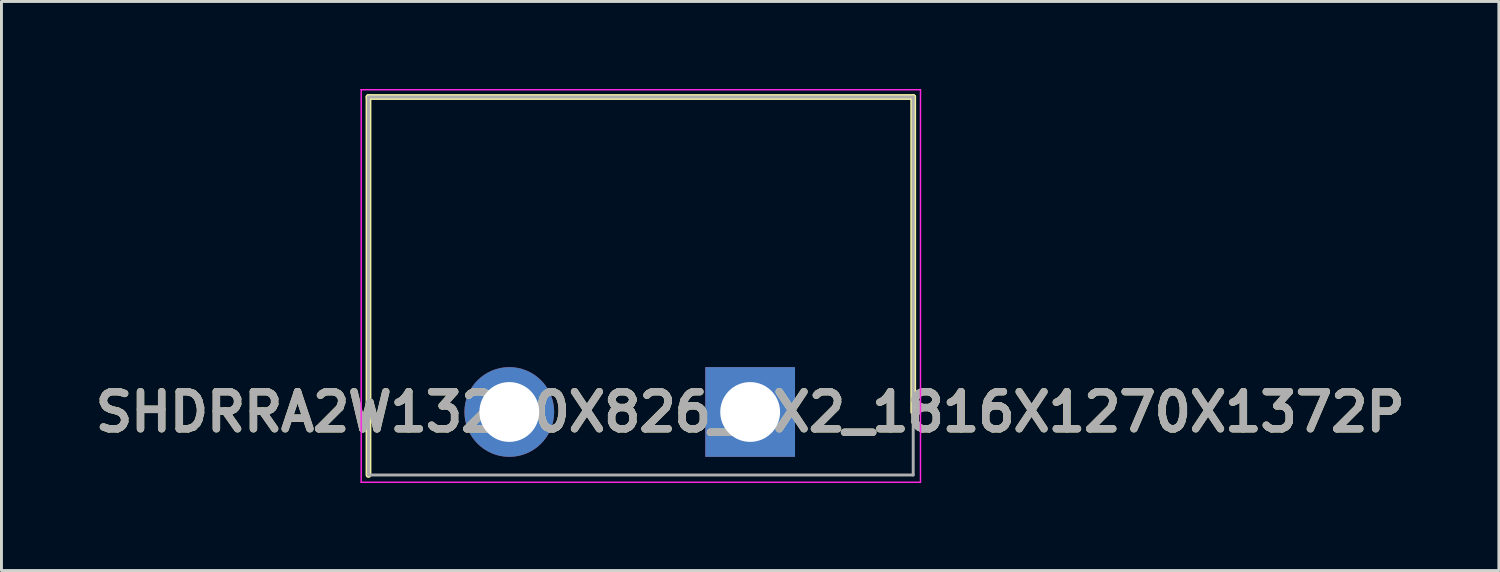
<source format=kicad_pcb>
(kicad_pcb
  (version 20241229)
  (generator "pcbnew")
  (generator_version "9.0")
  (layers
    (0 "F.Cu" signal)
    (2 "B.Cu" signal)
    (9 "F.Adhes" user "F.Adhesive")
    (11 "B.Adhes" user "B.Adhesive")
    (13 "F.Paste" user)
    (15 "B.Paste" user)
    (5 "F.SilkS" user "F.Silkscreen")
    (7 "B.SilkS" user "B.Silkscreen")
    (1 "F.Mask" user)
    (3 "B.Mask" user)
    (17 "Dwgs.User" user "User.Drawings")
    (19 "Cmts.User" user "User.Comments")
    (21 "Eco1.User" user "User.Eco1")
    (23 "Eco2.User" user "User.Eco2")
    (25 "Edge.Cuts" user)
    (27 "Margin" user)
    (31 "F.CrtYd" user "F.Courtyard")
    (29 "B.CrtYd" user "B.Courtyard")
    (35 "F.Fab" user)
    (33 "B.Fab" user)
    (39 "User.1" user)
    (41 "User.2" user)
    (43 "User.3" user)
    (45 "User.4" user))
  (footprint "SHDRRA2W132P0X826_1X2_1816X1270X1372P"
    (layer "F.Cu")
    (at 22.66 11.07)
    (property "Reference" "SHDRRA2W132P0X826_1X2_1816X1270X1372P" (at 0 0 0) (layer "F.SilkS") (effects (font (size 1.27 1.27) (thickness 0.254))))
    (attr through_hole)
    (fp_line (start -13.081 -10.795) (end -13.081 2.159) (stroke (width 0.2) (type solid)) (layer "F.SilkS"))
    (fp_line (start 5.588 -10.795) (end -13.081 -10.795) (stroke (width 0.2) (type solid)) (layer "F.SilkS"))
    (fp_line (start 5.588 0) (end 5.588 -10.795) (stroke (width 0.2) (type solid)) (layer "F.SilkS"))
    (fp_line (start -13.331 -11.045) (end 5.838 -11.045) (stroke (width 0.05) (type solid)) (layer "F.CrtYd"))
    (fp_line (start -13.331 2.409) (end -13.331 -11.045) (stroke (width 0.05) (type solid)) (layer "F.CrtYd"))
    (fp_line (start 5.838 -11.045) (end 5.838 2.409) (stroke (width 0.05) (type solid)) (layer "F.CrtYd"))
    (fp_line (start 5.838 2.409) (end -13.331 2.409) (stroke (width 0.05) (type solid)) (layer "F.CrtYd"))
    (fp_line (start -13.081 -10.795) (end 5.588 -10.795) (stroke (width 0.1) (type solid)) (layer "F.Fab"))
    (fp_line (start -13.081 2.159) (end -13.081 -10.795) (stroke (width 0.1) (type solid)) (layer "F.Fab"))
    (fp_line (start 5.588 -10.795) (end 5.588 2.159) (stroke (width 0.1) (type solid)) (layer "F.Fab"))
    (fp_line (start 5.588 2.159) (end -13.081 2.159) (stroke (width 0.1) (type solid)) (layer "F.Fab"))
    (fp_text user "${REFERENCE}" (at 0 0 0) (layer "F.Fab") (effects (font (size 1.27 1.27) (thickness 0.254))))
    (pad "1" thru_hole rect (at 0 0) (size 3.075 3.075) (drill 2.05) (layers "*.Cu" "*.Mask"))
    (pad "2" thru_hole circle (at -8.255 0) (size 3.075 3.075) (drill 2.05) (layers "*.Cu" "*.Mask")))
  (gr_rect
    (start -3 -3)
    (end 48.321 16.504)
    (stroke (width 0.1) (type default))
    (fill no)
    (layer "Edge.Cuts")))
</source>
